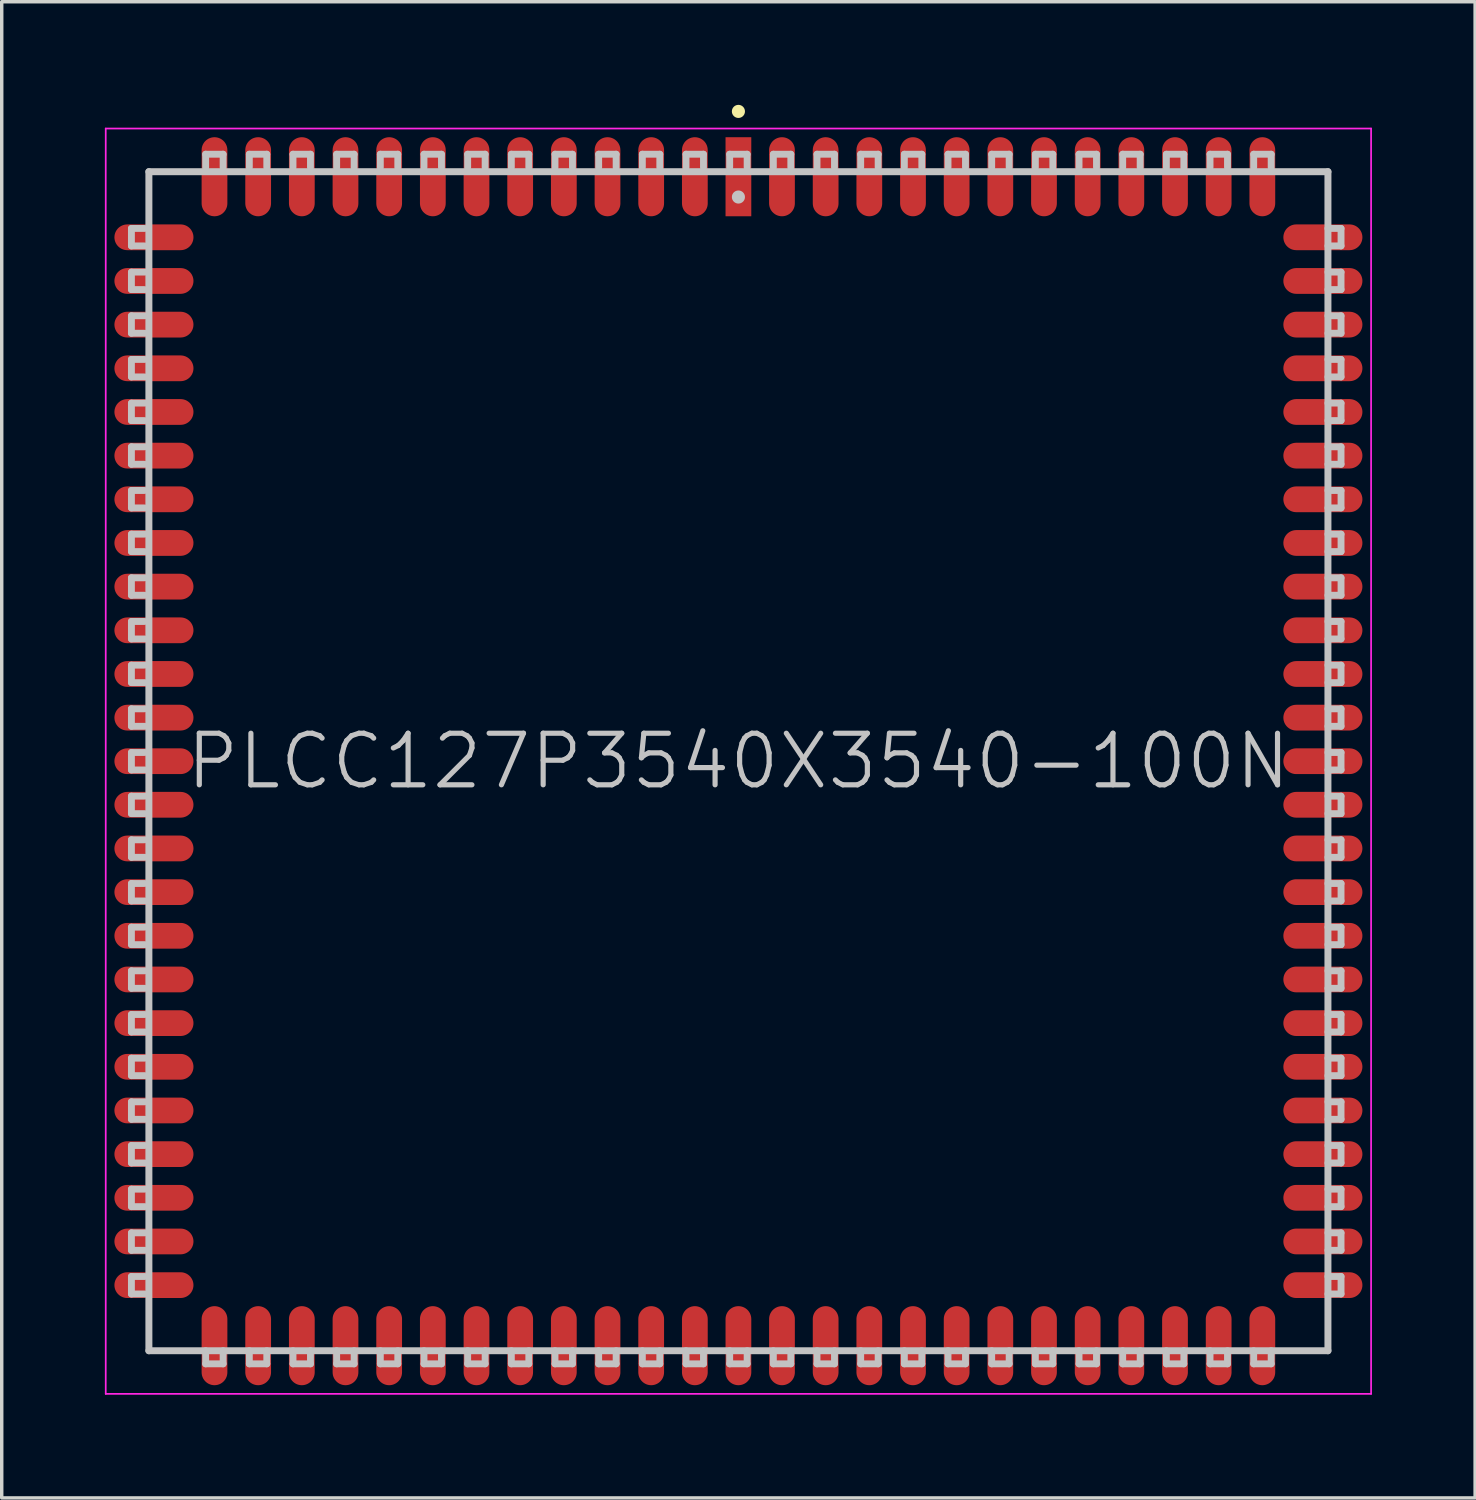
<source format=kicad_pcb>
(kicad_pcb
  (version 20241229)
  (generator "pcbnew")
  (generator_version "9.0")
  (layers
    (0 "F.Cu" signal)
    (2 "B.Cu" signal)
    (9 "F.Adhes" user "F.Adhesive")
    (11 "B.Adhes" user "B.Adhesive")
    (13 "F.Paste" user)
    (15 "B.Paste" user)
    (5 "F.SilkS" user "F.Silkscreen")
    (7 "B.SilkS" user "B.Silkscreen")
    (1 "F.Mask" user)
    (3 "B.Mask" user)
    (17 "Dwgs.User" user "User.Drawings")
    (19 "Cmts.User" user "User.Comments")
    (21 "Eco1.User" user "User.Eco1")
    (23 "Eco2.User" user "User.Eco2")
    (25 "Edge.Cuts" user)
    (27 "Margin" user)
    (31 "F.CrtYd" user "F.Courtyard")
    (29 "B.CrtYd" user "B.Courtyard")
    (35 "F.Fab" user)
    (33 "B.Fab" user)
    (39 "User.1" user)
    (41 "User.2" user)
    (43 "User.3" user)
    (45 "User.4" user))
  (footprint "PLCC127P3540X3540-100N"
    (layer "F.Cu")
    (at 18.425 19.088)
    (property "Reference" "PLCC127P3540X3540-100N" (at 0 0 0) (layer "Dwgs.User") (effects (font (size 1.5 1.5) (thickness 0.15))))
    (attr smd)
    (fp_line (start 0 -18.898) (end 0 -18.898) (stroke (width 0.381) (type solid)) (layer "F.SilkS"))
    (fp_line (start -17.653 -14.986) (end -17.653 -15.494) (stroke (width 0.2) (type solid)) (layer "Dwgs.User"))
    (fp_line (start -17.653 -13.716) (end -17.653 -14.224) (stroke (width 0.2) (type solid)) (layer "Dwgs.User"))
    (fp_line (start -17.653 -12.446) (end -17.653 -12.954) (stroke (width 0.2) (type solid)) (layer "Dwgs.User"))
    (fp_line (start -17.653 -11.176) (end -17.653 -11.684) (stroke (width 0.2) (type solid)) (layer "Dwgs.User"))
    (fp_line (start -17.653 -9.906) (end -17.653 -10.414) (stroke (width 0.2) (type solid)) (layer "Dwgs.User"))
    (fp_line (start -17.653 -8.636) (end -17.653 -9.144) (stroke (width 0.2) (type solid)) (layer "Dwgs.User"))
    (fp_line (start -17.653 -7.366) (end -17.653 -7.874) (stroke (width 0.2) (type solid)) (layer "Dwgs.User"))
    (fp_line (start -17.653 -6.096) (end -17.653 -6.604) (stroke (width 0.2) (type solid)) (layer "Dwgs.User"))
    (fp_line (start -17.653 -4.826) (end -17.653 -5.334) (stroke (width 0.2) (type solid)) (layer "Dwgs.User"))
    (fp_line (start -17.653 -3.556) (end -17.653 -4.064) (stroke (width 0.2) (type solid)) (layer "Dwgs.User"))
    (fp_line (start -17.653 -2.286) (end -17.653 -2.794) (stroke (width 0.2) (type solid)) (layer "Dwgs.User"))
    (fp_line (start -17.653 -1.016) (end -17.653 -1.524) (stroke (width 0.2) (type solid)) (layer "Dwgs.User"))
    (fp_line (start -17.653 0.254) (end -17.653 -0.254) (stroke (width 0.2) (type solid)) (layer "Dwgs.User"))
    (fp_line (start -17.653 1.524) (end -17.653 1.016) (stroke (width 0.2) (type solid)) (layer "Dwgs.User"))
    (fp_line (start -17.653 2.794) (end -17.653 2.286) (stroke (width 0.2) (type solid)) (layer "Dwgs.User"))
    (fp_line (start -17.653 4.064) (end -17.653 3.556) (stroke (width 0.2) (type solid)) (layer "Dwgs.User"))
    (fp_line (start -17.653 5.334) (end -17.653 4.826) (stroke (width 0.2) (type solid)) (layer "Dwgs.User"))
    (fp_line (start -17.653 6.604) (end -17.653 6.096) (stroke (width 0.2) (type solid)) (layer "Dwgs.User"))
    (fp_line (start -17.653 7.874) (end -17.653 7.366) (stroke (width 0.2) (type solid)) (layer "Dwgs.User"))
    (fp_line (start -17.653 9.144) (end -17.653 8.636) (stroke (width 0.2) (type solid)) (layer "Dwgs.User"))
    (fp_line (start -17.653 10.414) (end -17.653 9.906) (stroke (width 0.2) (type solid)) (layer "Dwgs.User"))
    (fp_line (start -17.653 11.684) (end -17.653 11.176) (stroke (width 0.2) (type solid)) (layer "Dwgs.User"))
    (fp_line (start -17.653 12.954) (end -17.653 12.446) (stroke (width 0.2) (type solid)) (layer "Dwgs.User"))
    (fp_line (start -17.653 14.224) (end -17.653 13.716) (stroke (width 0.2) (type solid)) (layer "Dwgs.User"))
    (fp_line (start -17.653 15.494) (end -17.653 14.986) (stroke (width 0.2) (type solid)) (layer "Dwgs.User"))
    (fp_line (start -17.272 -15.494) (end -17.653 -15.494) (stroke (width 0.2) (type solid)) (layer "Dwgs.User"))
    (fp_line (start -17.272 -14.986) (end -17.653 -14.986) (stroke (width 0.2) (type solid)) (layer "Dwgs.User"))
    (fp_line (start -17.272 -14.224) (end -17.653 -14.224) (stroke (width 0.2) (type solid)) (layer "Dwgs.User"))
    (fp_line (start -17.272 -13.716) (end -17.653 -13.716) (stroke (width 0.2) (type solid)) (layer "Dwgs.User"))
    (fp_line (start -17.272 -12.954) (end -17.653 -12.954) (stroke (width 0.2) (type solid)) (layer "Dwgs.User"))
    (fp_line (start -17.272 -12.446) (end -17.653 -12.446) (stroke (width 0.2) (type solid)) (layer "Dwgs.User"))
    (fp_line (start -17.272 -11.684) (end -17.653 -11.684) (stroke (width 0.2) (type solid)) (layer "Dwgs.User"))
    (fp_line (start -17.272 -11.176) (end -17.653 -11.176) (stroke (width 0.2) (type solid)) (layer "Dwgs.User"))
    (fp_line (start -17.272 -10.414) (end -17.653 -10.414) (stroke (width 0.2) (type solid)) (layer "Dwgs.User"))
    (fp_line (start -17.272 -9.906) (end -17.653 -9.906) (stroke (width 0.2) (type solid)) (layer "Dwgs.User"))
    (fp_line (start -17.272 -9.144) (end -17.653 -9.144) (stroke (width 0.2) (type solid)) (layer "Dwgs.User"))
    (fp_line (start -17.272 -8.636) (end -17.653 -8.636) (stroke (width 0.2) (type solid)) (layer "Dwgs.User"))
    (fp_line (start -17.272 -7.874) (end -17.653 -7.874) (stroke (width 0.2) (type solid)) (layer "Dwgs.User"))
    (fp_line (start -17.272 -7.366) (end -17.653 -7.366) (stroke (width 0.2) (type solid)) (layer "Dwgs.User"))
    (fp_line (start -17.272 -6.604) (end -17.653 -6.604) (stroke (width 0.2) (type solid)) (layer "Dwgs.User"))
    (fp_line (start -17.272 -6.096) (end -17.653 -6.096) (stroke (width 0.2) (type solid)) (layer "Dwgs.User"))
    (fp_line (start -17.272 -5.334) (end -17.653 -5.334) (stroke (width 0.2) (type solid)) (layer "Dwgs.User"))
    (fp_line (start -17.272 -4.826) (end -17.653 -4.826) (stroke (width 0.2) (type solid)) (layer "Dwgs.User"))
    (fp_line (start -17.272 -4.064) (end -17.653 -4.064) (stroke (width 0.2) (type solid)) (layer "Dwgs.User"))
    (fp_line (start -17.272 -3.556) (end -17.653 -3.556) (stroke (width 0.2) (type solid)) (layer "Dwgs.User"))
    (fp_line (start -17.272 -2.794) (end -17.653 -2.794) (stroke (width 0.2) (type solid)) (layer "Dwgs.User"))
    (fp_line (start -17.272 -2.286) (end -17.653 -2.286) (stroke (width 0.2) (type solid)) (layer "Dwgs.User"))
    (fp_line (start -17.272 -1.524) (end -17.653 -1.524) (stroke (width 0.2) (type solid)) (layer "Dwgs.User"))
    (fp_line (start -17.272 -1.016) (end -17.653 -1.016) (stroke (width 0.2) (type solid)) (layer "Dwgs.User"))
    (fp_line (start -17.272 -0.254) (end -17.653 -0.254) (stroke (width 0.2) (type solid)) (layer "Dwgs.User"))
    (fp_line (start -17.272 0.254) (end -17.653 0.254) (stroke (width 0.2) (type solid)) (layer "Dwgs.User"))
    (fp_line (start -17.272 1.016) (end -17.653 1.016) (stroke (width 0.2) (type solid)) (layer "Dwgs.User"))
    (fp_line (start -17.272 1.524) (end -17.653 1.524) (stroke (width 0.2) (type solid)) (layer "Dwgs.User"))
    (fp_line (start -17.272 2.286) (end -17.653 2.286) (stroke (width 0.2) (type solid)) (layer "Dwgs.User"))
    (fp_line (start -17.272 2.794) (end -17.653 2.794) (stroke (width 0.2) (type solid)) (layer "Dwgs.User"))
    (fp_line (start -17.272 3.556) (end -17.653 3.556) (stroke (width 0.2) (type solid)) (layer "Dwgs.User"))
    (fp_line (start -17.272 4.064) (end -17.653 4.064) (stroke (width 0.2) (type solid)) (layer "Dwgs.User"))
    (fp_line (start -17.272 4.826) (end -17.653 4.826) (stroke (width 0.2) (type solid)) (layer "Dwgs.User"))
    (fp_line (start -17.272 5.334) (end -17.653 5.334) (stroke (width 0.2) (type solid)) (layer "Dwgs.User"))
    (fp_line (start -17.272 6.096) (end -17.653 6.096) (stroke (width 0.2) (type solid)) (layer "Dwgs.User"))
    (fp_line (start -17.272 6.604) (end -17.653 6.604) (stroke (width 0.2) (type solid)) (layer "Dwgs.User"))
    (fp_line (start -17.272 7.366) (end -17.653 7.366) (stroke (width 0.2) (type solid)) (layer "Dwgs.User"))
    (fp_line (start -17.272 7.874) (end -17.653 7.874) (stroke (width 0.2) (type solid)) (layer "Dwgs.User"))
    (fp_line (start -17.272 8.636) (end -17.653 8.636) (stroke (width 0.2) (type solid)) (layer "Dwgs.User"))
    (fp_line (start -17.272 9.144) (end -17.653 9.144) (stroke (width 0.2) (type solid)) (layer "Dwgs.User"))
    (fp_line (start -17.272 9.906) (end -17.653 9.906) (stroke (width 0.2) (type solid)) (layer "Dwgs.User"))
    (fp_line (start -17.272 10.414) (end -17.653 10.414) (stroke (width 0.2) (type solid)) (layer "Dwgs.User"))
    (fp_line (start -17.272 11.176) (end -17.653 11.176) (stroke (width 0.2) (type solid)) (layer "Dwgs.User"))
    (fp_line (start -17.272 11.684) (end -17.653 11.684) (stroke (width 0.2) (type solid)) (layer "Dwgs.User"))
    (fp_line (start -17.272 12.446) (end -17.653 12.446) (stroke (width 0.2) (type solid)) (layer "Dwgs.User"))
    (fp_line (start -17.272 12.954) (end -17.653 12.954) (stroke (width 0.2) (type solid)) (layer "Dwgs.User"))
    (fp_line (start -17.272 13.716) (end -17.653 13.716) (stroke (width 0.2) (type solid)) (layer "Dwgs.User"))
    (fp_line (start -17.272 14.224) (end -17.653 14.224) (stroke (width 0.2) (type solid)) (layer "Dwgs.User"))
    (fp_line (start -17.272 14.986) (end -17.653 14.986) (stroke (width 0.2) (type solid)) (layer "Dwgs.User"))
    (fp_line (start -17.272 15.494) (end -17.653 15.494) (stroke (width 0.2) (type solid)) (layer "Dwgs.User"))
    (fp_line (start -17.145 -17.145) (end -17.145 17.145) (stroke (width 0.203) (type solid)) (layer "Dwgs.User"))
    (fp_line (start -17.145 -17.145) (end 17.145 -17.145) (stroke (width 0.203) (type solid)) (layer "Dwgs.User"))
    (fp_line (start -17.145 17.145) (end 17.145 17.145) (stroke (width 0.203) (type solid)) (layer "Dwgs.User"))
    (fp_line (start -15.494 -17.653) (end -14.986 -17.653) (stroke (width 0.2) (type solid)) (layer "Dwgs.User"))
    (fp_line (start -15.494 -17.272) (end -15.494 -17.653) (stroke (width 0.2) (type solid)) (layer "Dwgs.User"))
    (fp_line (start -15.494 17.145) (end -15.494 17.526) (stroke (width 0.2) (type solid)) (layer "Dwgs.User"))
    (fp_line (start -14.986 -17.272) (end -14.986 -17.653) (stroke (width 0.2) (type solid)) (layer "Dwgs.User"))
    (fp_line (start -14.986 17.145) (end -14.986 17.526) (stroke (width 0.2) (type solid)) (layer "Dwgs.User"))
    (fp_line (start -14.986 17.526) (end -15.494 17.526) (stroke (width 0.2) (type solid)) (layer "Dwgs.User"))
    (fp_line (start -14.224 -17.653) (end -13.716 -17.653) (stroke (width 0.2) (type solid)) (layer "Dwgs.User"))
    (fp_line (start -14.224 -17.272) (end -14.224 -17.653) (stroke (width 0.2) (type solid)) (layer "Dwgs.User"))
    (fp_line (start -14.224 17.145) (end -14.224 17.526) (stroke (width 0.2) (type solid)) (layer "Dwgs.User"))
    (fp_line (start -13.716 -17.272) (end -13.716 -17.653) (stroke (width 0.2) (type solid)) (layer "Dwgs.User"))
    (fp_line (start -13.716 17.145) (end -13.716 17.526) (stroke (width 0.2) (type solid)) (layer "Dwgs.User"))
    (fp_line (start -13.716 17.526) (end -14.224 17.526) (stroke (width 0.2) (type solid)) (layer "Dwgs.User"))
    (fp_line (start -12.954 -17.653) (end -12.446 -17.653) (stroke (width 0.2) (type solid)) (layer "Dwgs.User"))
    (fp_line (start -12.954 -17.272) (end -12.954 -17.653) (stroke (width 0.2) (type solid)) (layer "Dwgs.User"))
    (fp_line (start -12.954 17.145) (end -12.954 17.526) (stroke (width 0.2) (type solid)) (layer "Dwgs.User"))
    (fp_line (start -12.446 -17.272) (end -12.446 -17.653) (stroke (width 0.2) (type solid)) (layer "Dwgs.User"))
    (fp_line (start -12.446 17.145) (end -12.446 17.526) (stroke (width 0.2) (type solid)) (layer "Dwgs.User"))
    (fp_line (start -12.446 17.526) (end -12.954 17.526) (stroke (width 0.2) (type solid)) (layer "Dwgs.User"))
    (fp_line (start -11.684 -17.653) (end -11.176 -17.653) (stroke (width 0.2) (type solid)) (layer "Dwgs.User"))
    (fp_line (start -11.684 -17.272) (end -11.684 -17.653) (stroke (width 0.2) (type solid)) (layer "Dwgs.User"))
    (fp_line (start -11.684 17.145) (end -11.684 17.526) (stroke (width 0.2) (type solid)) (layer "Dwgs.User"))
    (fp_line (start -11.176 -17.272) (end -11.176 -17.653) (stroke (width 0.2) (type solid)) (layer "Dwgs.User"))
    (fp_line (start -11.176 17.145) (end -11.176 17.526) (stroke (width 0.2) (type solid)) (layer "Dwgs.User"))
    (fp_line (start -11.176 17.526) (end -11.684 17.526) (stroke (width 0.2) (type solid)) (layer "Dwgs.User"))
    (fp_line (start -10.414 -17.653) (end -9.906 -17.653) (stroke (width 0.2) (type solid)) (layer "Dwgs.User"))
    (fp_line (start -10.414 -17.272) (end -10.414 -17.653) (stroke (width 0.2) (type solid)) (layer "Dwgs.User"))
    (fp_line (start -10.414 17.145) (end -10.414 17.526) (stroke (width 0.2) (type solid)) (layer "Dwgs.User"))
    (fp_line (start -9.906 -17.272) (end -9.906 -17.653) (stroke (width 0.2) (type solid)) (layer "Dwgs.User"))
    (fp_line (start -9.906 17.145) (end -9.906 17.526) (stroke (width 0.2) (type solid)) (layer "Dwgs.User"))
    (fp_line (start -9.906 17.526) (end -10.414 17.526) (stroke (width 0.2) (type solid)) (layer "Dwgs.User"))
    (fp_line (start -9.144 -17.653) (end -8.636 -17.653) (stroke (width 0.2) (type solid)) (layer "Dwgs.User"))
    (fp_line (start -9.144 -17.272) (end -9.144 -17.653) (stroke (width 0.2) (type solid)) (layer "Dwgs.User"))
    (fp_line (start -9.144 17.145) (end -9.144 17.526) (stroke (width 0.2) (type solid)) (layer "Dwgs.User"))
    (fp_line (start -8.636 -17.272) (end -8.636 -17.653) (stroke (width 0.2) (type solid)) (layer "Dwgs.User"))
    (fp_line (start -8.636 17.145) (end -8.636 17.526) (stroke (width 0.2) (type solid)) (layer "Dwgs.User"))
    (fp_line (start -8.636 17.526) (end -9.144 17.526) (stroke (width 0.2) (type solid)) (layer "Dwgs.User"))
    (fp_line (start -7.874 -17.653) (end -7.366 -17.653) (stroke (width 0.2) (type solid)) (layer "Dwgs.User"))
    (fp_line (start -7.874 -17.272) (end -7.874 -17.653) (stroke (width 0.2) (type solid)) (layer "Dwgs.User"))
    (fp_line (start -7.874 17.145) (end -7.874 17.526) (stroke (width 0.2) (type solid)) (layer "Dwgs.User"))
    (fp_line (start -7.366 -17.272) (end -7.366 -17.653) (stroke (width 0.2) (type solid)) (layer "Dwgs.User"))
    (fp_line (start -7.366 17.145) (end -7.366 17.526) (stroke (width 0.2) (type solid)) (layer "Dwgs.User"))
    (fp_line (start -7.366 17.526) (end -7.874 17.526) (stroke (width 0.2) (type solid)) (layer "Dwgs.User"))
    (fp_line (start -6.604 -17.653) (end -6.096 -17.653) (stroke (width 0.2) (type solid)) (layer "Dwgs.User"))
    (fp_line (start -6.604 -17.272) (end -6.604 -17.653) (stroke (width 0.2) (type solid)) (layer "Dwgs.User"))
    (fp_line (start -6.604 17.145) (end -6.604 17.526) (stroke (width 0.2) (type solid)) (layer "Dwgs.User"))
    (fp_line (start -6.096 -17.272) (end -6.096 -17.653) (stroke (width 0.2) (type solid)) (layer "Dwgs.User"))
    (fp_line (start -6.096 17.145) (end -6.096 17.526) (stroke (width 0.2) (type solid)) (layer "Dwgs.User"))
    (fp_line (start -6.096 17.526) (end -6.604 17.526) (stroke (width 0.2) (type solid)) (layer "Dwgs.User"))
    (fp_line (start -5.334 -17.653) (end -4.826 -17.653) (stroke (width 0.2) (type solid)) (layer "Dwgs.User"))
    (fp_line (start -5.334 -17.272) (end -5.334 -17.653) (stroke (width 0.2) (type solid)) (layer "Dwgs.User"))
    (fp_line (start -5.334 17.145) (end -5.334 17.526) (stroke (width 0.2) (type solid)) (layer "Dwgs.User"))
    (fp_line (start -4.826 -17.272) (end -4.826 -17.653) (stroke (width 0.2) (type solid)) (layer "Dwgs.User"))
    (fp_line (start -4.826 17.145) (end -4.826 17.526) (stroke (width 0.2) (type solid)) (layer "Dwgs.User"))
    (fp_line (start -4.826 17.526) (end -5.334 17.526) (stroke (width 0.2) (type solid)) (layer "Dwgs.User"))
    (fp_line (start -4.064 -17.653) (end -3.556 -17.653) (stroke (width 0.2) (type solid)) (layer "Dwgs.User"))
    (fp_line (start -4.064 -17.272) (end -4.064 -17.653) (stroke (width 0.2) (type solid)) (layer "Dwgs.User"))
    (fp_line (start -4.064 17.145) (end -4.064 17.526) (stroke (width 0.2) (type solid)) (layer "Dwgs.User"))
    (fp_line (start -3.556 -17.272) (end -3.556 -17.653) (stroke (width 0.2) (type solid)) (layer "Dwgs.User"))
    (fp_line (start -3.556 17.145) (end -3.556 17.526) (stroke (width 0.2) (type solid)) (layer "Dwgs.User"))
    (fp_line (start -3.556 17.526) (end -4.064 17.526) (stroke (width 0.2) (type solid)) (layer "Dwgs.User"))
    (fp_line (start -2.794 -17.653) (end -2.286 -17.653) (stroke (width 0.2) (type solid)) (layer "Dwgs.User"))
    (fp_line (start -2.794 -17.272) (end -2.794 -17.653) (stroke (width 0.2) (type solid)) (layer "Dwgs.User"))
    (fp_line (start -2.794 17.145) (end -2.794 17.526) (stroke (width 0.2) (type solid)) (layer "Dwgs.User"))
    (fp_line (start -2.286 -17.272) (end -2.286 -17.653) (stroke (width 0.2) (type solid)) (layer "Dwgs.User"))
    (fp_line (start -2.286 17.145) (end -2.286 17.526) (stroke (width 0.2) (type solid)) (layer "Dwgs.User"))
    (fp_line (start -2.286 17.526) (end -2.794 17.526) (stroke (width 0.2) (type solid)) (layer "Dwgs.User"))
    (fp_line (start -1.524 -17.653) (end -1.016 -17.653) (stroke (width 0.2) (type solid)) (layer "Dwgs.User"))
    (fp_line (start -1.524 -17.272) (end -1.524 -17.653) (stroke (width 0.2) (type solid)) (layer "Dwgs.User"))
    (fp_line (start -1.524 17.145) (end -1.524 17.526) (stroke (width 0.2) (type solid)) (layer "Dwgs.User"))
    (fp_line (start -1.016 -17.272) (end -1.016 -17.653) (stroke (width 0.2) (type solid)) (layer "Dwgs.User"))
    (fp_line (start -1.016 17.145) (end -1.016 17.526) (stroke (width 0.2) (type solid)) (layer "Dwgs.User"))
    (fp_line (start -1.016 17.526) (end -1.524 17.526) (stroke (width 0.2) (type solid)) (layer "Dwgs.User"))
    (fp_line (start -0.254 -17.653) (end 0.254 -17.653) (stroke (width 0.2) (type solid)) (layer "Dwgs.User"))
    (fp_line (start -0.254 -17.272) (end -0.254 -17.653) (stroke (width 0.2) (type solid)) (layer "Dwgs.User"))
    (fp_line (start -0.254 17.145) (end -0.254 17.526) (stroke (width 0.2) (type solid)) (layer "Dwgs.User"))
    (fp_line (start 0 -16.408) (end 0 -16.408) (stroke (width 0.381) (type solid)) (layer "Dwgs.User"))
    (fp_line (start 0.254 -17.272) (end 0.254 -17.653) (stroke (width 0.2) (type solid)) (layer "Dwgs.User"))
    (fp_line (start 0.254 17.145) (end 0.254 17.526) (stroke (width 0.2) (type solid)) (layer "Dwgs.User"))
    (fp_line (start 0.254 17.526) (end -0.254 17.526) (stroke (width 0.2) (type solid)) (layer "Dwgs.User"))
    (fp_line (start 1.016 -17.653) (end 1.524 -17.653) (stroke (width 0.2) (type solid)) (layer "Dwgs.User"))
    (fp_line (start 1.016 -17.272) (end 1.016 -17.653) (stroke (width 0.2) (type solid)) (layer "Dwgs.User"))
    (fp_line (start 1.016 17.145) (end 1.016 17.526) (stroke (width 0.2) (type solid)) (layer "Dwgs.User"))
    (fp_line (start 1.524 -17.272) (end 1.524 -17.653) (stroke (width 0.2) (type solid)) (layer "Dwgs.User"))
    (fp_line (start 1.524 17.145) (end 1.524 17.526) (stroke (width 0.2) (type solid)) (layer "Dwgs.User"))
    (fp_line (start 1.524 17.526) (end 1.016 17.526) (stroke (width 0.2) (type solid)) (layer "Dwgs.User"))
    (fp_line (start 2.286 -17.653) (end 2.794 -17.653) (stroke (width 0.2) (type solid)) (layer "Dwgs.User"))
    (fp_line (start 2.286 -17.272) (end 2.286 -17.653) (stroke (width 0.2) (type solid)) (layer "Dwgs.User"))
    (fp_line (start 2.286 17.145) (end 2.286 17.526) (stroke (width 0.2) (type solid)) (layer "Dwgs.User"))
    (fp_line (start 2.794 -17.272) (end 2.794 -17.653) (stroke (width 0.2) (type solid)) (layer "Dwgs.User"))
    (fp_line (start 2.794 17.145) (end 2.794 17.526) (stroke (width 0.2) (type solid)) (layer "Dwgs.User"))
    (fp_line (start 2.794 17.526) (end 2.286 17.526) (stroke (width 0.2) (type solid)) (layer "Dwgs.User"))
    (fp_line (start 3.556 -17.653) (end 4.064 -17.653) (stroke (width 0.2) (type solid)) (layer "Dwgs.User"))
    (fp_line (start 3.556 -17.272) (end 3.556 -17.653) (stroke (width 0.2) (type solid)) (layer "Dwgs.User"))
    (fp_line (start 3.556 17.145) (end 3.556 17.526) (stroke (width 0.2) (type solid)) (layer "Dwgs.User"))
    (fp_line (start 4.064 -17.272) (end 4.064 -17.653) (stroke (width 0.2) (type solid)) (layer "Dwgs.User"))
    (fp_line (start 4.064 17.145) (end 4.064 17.526) (stroke (width 0.2) (type solid)) (layer "Dwgs.User"))
    (fp_line (start 4.064 17.526) (end 3.556 17.526) (stroke (width 0.2) (type solid)) (layer "Dwgs.User"))
    (fp_line (start 4.826 -17.653) (end 5.334 -17.653) (stroke (width 0.2) (type solid)) (layer "Dwgs.User"))
    (fp_line (start 4.826 -17.272) (end 4.826 -17.653) (stroke (width 0.2) (type solid)) (layer "Dwgs.User"))
    (fp_line (start 4.826 17.145) (end 4.826 17.526) (stroke (width 0.2) (type solid)) (layer "Dwgs.User"))
    (fp_line (start 5.334 -17.272) (end 5.334 -17.653) (stroke (width 0.2) (type solid)) (layer "Dwgs.User"))
    (fp_line (start 5.334 17.145) (end 5.334 17.526) (stroke (width 0.2) (type solid)) (layer "Dwgs.User"))
    (fp_line (start 5.334 17.526) (end 4.826 17.526) (stroke (width 0.2) (type solid)) (layer "Dwgs.User"))
    (fp_line (start 6.096 -17.653) (end 6.604 -17.653) (stroke (width 0.2) (type solid)) (layer "Dwgs.User"))
    (fp_line (start 6.096 -17.272) (end 6.096 -17.653) (stroke (width 0.2) (type solid)) (layer "Dwgs.User"))
    (fp_line (start 6.096 17.145) (end 6.096 17.526) (stroke (width 0.2) (type solid)) (layer "Dwgs.User"))
    (fp_line (start 6.604 -17.272) (end 6.604 -17.653) (stroke (width 0.2) (type solid)) (layer "Dwgs.User"))
    (fp_line (start 6.604 17.145) (end 6.604 17.526) (stroke (width 0.2) (type solid)) (layer "Dwgs.User"))
    (fp_line (start 6.604 17.526) (end 6.096 17.526) (stroke (width 0.2) (type solid)) (layer "Dwgs.User"))
    (fp_line (start 7.366 -17.653) (end 7.874 -17.653) (stroke (width 0.2) (type solid)) (layer "Dwgs.User"))
    (fp_line (start 7.366 -17.272) (end 7.366 -17.653) (stroke (width 0.2) (type solid)) (layer "Dwgs.User"))
    (fp_line (start 7.366 17.145) (end 7.366 17.526) (stroke (width 0.2) (type solid)) (layer "Dwgs.User"))
    (fp_line (start 7.874 -17.272) (end 7.874 -17.653) (stroke (width 0.2) (type solid)) (layer "Dwgs.User"))
    (fp_line (start 7.874 17.145) (end 7.874 17.526) (stroke (width 0.2) (type solid)) (layer "Dwgs.User"))
    (fp_line (start 7.874 17.526) (end 7.366 17.526) (stroke (width 0.2) (type solid)) (layer "Dwgs.User"))
    (fp_line (start 8.636 -17.653) (end 9.144 -17.653) (stroke (width 0.2) (type solid)) (layer "Dwgs.User"))
    (fp_line (start 8.636 -17.272) (end 8.636 -17.653) (stroke (width 0.2) (type solid)) (layer "Dwgs.User"))
    (fp_line (start 8.636 17.145) (end 8.636 17.526) (stroke (width 0.2) (type solid)) (layer "Dwgs.User"))
    (fp_line (start 9.144 -17.272) (end 9.144 -17.653) (stroke (width 0.2) (type solid)) (layer "Dwgs.User"))
    (fp_line (start 9.144 17.145) (end 9.144 17.526) (stroke (width 0.2) (type solid)) (layer "Dwgs.User"))
    (fp_line (start 9.144 17.526) (end 8.636 17.526) (stroke (width 0.2) (type solid)) (layer "Dwgs.User"))
    (fp_line (start 9.906 -17.653) (end 10.414 -17.653) (stroke (width 0.2) (type solid)) (layer "Dwgs.User"))
    (fp_line (start 9.906 -17.272) (end 9.906 -17.653) (stroke (width 0.2) (type solid)) (layer "Dwgs.User"))
    (fp_line (start 9.906 17.145) (end 9.906 17.526) (stroke (width 0.2) (type solid)) (layer "Dwgs.User"))
    (fp_line (start 10.414 -17.272) (end 10.414 -17.653) (stroke (width 0.2) (type solid)) (layer "Dwgs.User"))
    (fp_line (start 10.414 17.145) (end 10.414 17.526) (stroke (width 0.2) (type solid)) (layer "Dwgs.User"))
    (fp_line (start 10.414 17.526) (end 9.906 17.526) (stroke (width 0.2) (type solid)) (layer "Dwgs.User"))
    (fp_line (start 11.176 -17.653) (end 11.684 -17.653) (stroke (width 0.2) (type solid)) (layer "Dwgs.User"))
    (fp_line (start 11.176 -17.272) (end 11.176 -17.653) (stroke (width 0.2) (type solid)) (layer "Dwgs.User"))
    (fp_line (start 11.176 17.145) (end 11.176 17.526) (stroke (width 0.2) (type solid)) (layer "Dwgs.User"))
    (fp_line (start 11.684 -17.272) (end 11.684 -17.653) (stroke (width 0.2) (type solid)) (layer "Dwgs.User"))
    (fp_line (start 11.684 17.145) (end 11.684 17.526) (stroke (width 0.2) (type solid)) (layer "Dwgs.User"))
    (fp_line (start 11.684 17.526) (end 11.176 17.526) (stroke (width 0.2) (type solid)) (layer "Dwgs.User"))
    (fp_line (start 12.446 -17.653) (end 12.954 -17.653) (stroke (width 0.2) (type solid)) (layer "Dwgs.User"))
    (fp_line (start 12.446 -17.272) (end 12.446 -17.653) (stroke (width 0.2) (type solid)) (layer "Dwgs.User"))
    (fp_line (start 12.446 17.145) (end 12.446 17.526) (stroke (width 0.2) (type solid)) (layer "Dwgs.User"))
    (fp_line (start 12.954 -17.272) (end 12.954 -17.653) (stroke (width 0.2) (type solid)) (layer "Dwgs.User"))
    (fp_line (start 12.954 17.145) (end 12.954 17.526) (stroke (width 0.2) (type solid)) (layer "Dwgs.User"))
    (fp_line (start 12.954 17.526) (end 12.446 17.526) (stroke (width 0.2) (type solid)) (layer "Dwgs.User"))
    (fp_line (start 13.716 -17.653) (end 14.224 -17.653) (stroke (width 0.2) (type solid)) (layer "Dwgs.User"))
    (fp_line (start 13.716 -17.272) (end 13.716 -17.653) (stroke (width 0.2) (type solid)) (layer "Dwgs.User"))
    (fp_line (start 13.716 17.145) (end 13.716 17.526) (stroke (width 0.2) (type solid)) (layer "Dwgs.User"))
    (fp_line (start 14.224 -17.272) (end 14.224 -17.653) (stroke (width 0.2) (type solid)) (layer "Dwgs.User"))
    (fp_line (start 14.224 17.145) (end 14.224 17.526) (stroke (width 0.2) (type solid)) (layer "Dwgs.User"))
    (fp_line (start 14.224 17.526) (end 13.716 17.526) (stroke (width 0.2) (type solid)) (layer "Dwgs.User"))
    (fp_line (start 14.986 -17.653) (end 15.494 -17.653) (stroke (width 0.2) (type solid)) (layer "Dwgs.User"))
    (fp_line (start 14.986 -17.272) (end 14.986 -17.653) (stroke (width 0.2) (type solid)) (layer "Dwgs.User"))
    (fp_line (start 14.986 17.145) (end 14.986 17.526) (stroke (width 0.2) (type solid)) (layer "Dwgs.User"))
    (fp_line (start 15.494 -17.272) (end 15.494 -17.653) (stroke (width 0.2) (type solid)) (layer "Dwgs.User"))
    (fp_line (start 15.494 17.145) (end 15.494 17.526) (stroke (width 0.2) (type solid)) (layer "Dwgs.User"))
    (fp_line (start 15.494 17.526) (end 14.986 17.526) (stroke (width 0.2) (type solid)) (layer "Dwgs.User"))
    (fp_line (start 17.145 -17.145) (end 17.145 17.145) (stroke (width 0.203) (type solid)) (layer "Dwgs.User"))
    (fp_line (start 17.145 -15.494) (end 17.526 -15.494) (stroke (width 0.2) (type solid)) (layer "Dwgs.User"))
    (fp_line (start 17.145 -14.986) (end 17.526 -14.986) (stroke (width 0.2) (type solid)) (layer "Dwgs.User"))
    (fp_line (start 17.145 -14.224) (end 17.526 -14.224) (stroke (width 0.2) (type solid)) (layer "Dwgs.User"))
    (fp_line (start 17.145 -13.716) (end 17.526 -13.716) (stroke (width 0.2) (type solid)) (layer "Dwgs.User"))
    (fp_line (start 17.145 -12.954) (end 17.526 -12.954) (stroke (width 0.2) (type solid)) (layer "Dwgs.User"))
    (fp_line (start 17.145 -12.446) (end 17.526 -12.446) (stroke (width 0.2) (type solid)) (layer "Dwgs.User"))
    (fp_line (start 17.145 -11.684) (end 17.526 -11.684) (stroke (width 0.2) (type solid)) (layer "Dwgs.User"))
    (fp_line (start 17.145 -11.176) (end 17.526 -11.176) (stroke (width 0.2) (type solid)) (layer "Dwgs.User"))
    (fp_line (start 17.145 -10.414) (end 17.526 -10.414) (stroke (width 0.2) (type solid)) (layer "Dwgs.User"))
    (fp_line (start 17.145 -9.906) (end 17.526 -9.906) (stroke (width 0.2) (type solid)) (layer "Dwgs.User"))
    (fp_line (start 17.145 -9.144) (end 17.526 -9.144) (stroke (width 0.2) (type solid)) (layer "Dwgs.User"))
    (fp_line (start 17.145 -8.636) (end 17.526 -8.636) (stroke (width 0.2) (type solid)) (layer "Dwgs.User"))
    (fp_line (start 17.145 -7.874) (end 17.526 -7.874) (stroke (width 0.2) (type solid)) (layer "Dwgs.User"))
    (fp_line (start 17.145 -7.366) (end 17.526 -7.366) (stroke (width 0.2) (type solid)) (layer "Dwgs.User"))
    (fp_line (start 17.145 -6.604) (end 17.526 -6.604) (stroke (width 0.2) (type solid)) (layer "Dwgs.User"))
    (fp_line (start 17.145 -6.096) (end 17.526 -6.096) (stroke (width 0.2) (type solid)) (layer "Dwgs.User"))
    (fp_line (start 17.145 -5.334) (end 17.526 -5.334) (stroke (width 0.2) (type solid)) (layer "Dwgs.User"))
    (fp_line (start 17.145 -4.826) (end 17.526 -4.826) (stroke (width 0.2) (type solid)) (layer "Dwgs.User"))
    (fp_line (start 17.145 -4.064) (end 17.526 -4.064) (stroke (width 0.2) (type solid)) (layer "Dwgs.User"))
    (fp_line (start 17.145 -3.556) (end 17.526 -3.556) (stroke (width 0.2) (type solid)) (layer "Dwgs.User"))
    (fp_line (start 17.145 -2.794) (end 17.526 -2.794) (stroke (width 0.2) (type solid)) (layer "Dwgs.User"))
    (fp_line (start 17.145 -2.286) (end 17.526 -2.286) (stroke (width 0.2) (type solid)) (layer "Dwgs.User"))
    (fp_line (start 17.145 -1.524) (end 17.526 -1.524) (stroke (width 0.2) (type solid)) (layer "Dwgs.User"))
    (fp_line (start 17.145 -1.016) (end 17.526 -1.016) (stroke (width 0.2) (type solid)) (layer "Dwgs.User"))
    (fp_line (start 17.145 -0.254) (end 17.526 -0.254) (stroke (width 0.2) (type solid)) (layer "Dwgs.User"))
    (fp_line (start 17.145 0.254) (end 17.526 0.254) (stroke (width 0.2) (type solid)) (layer "Dwgs.User"))
    (fp_line (start 17.145 1.016) (end 17.526 1.016) (stroke (width 0.2) (type solid)) (layer "Dwgs.User"))
    (fp_line (start 17.145 1.524) (end 17.526 1.524) (stroke (width 0.2) (type solid)) (layer "Dwgs.User"))
    (fp_line (start 17.145 2.286) (end 17.526 2.286) (stroke (width 0.2) (type solid)) (layer "Dwgs.User"))
    (fp_line (start 17.145 2.794) (end 17.526 2.794) (stroke (width 0.2) (type solid)) (layer "Dwgs.User"))
    (fp_line (start 17.145 3.556) (end 17.526 3.556) (stroke (width 0.2) (type solid)) (layer "Dwgs.User"))
    (fp_line (start 17.145 4.064) (end 17.526 4.064) (stroke (width 0.2) (type solid)) (layer "Dwgs.User"))
    (fp_line (start 17.145 4.826) (end 17.526 4.826) (stroke (width 0.2) (type solid)) (layer "Dwgs.User"))
    (fp_line (start 17.145 5.334) (end 17.526 5.334) (stroke (width 0.2) (type solid)) (layer "Dwgs.User"))
    (fp_line (start 17.145 6.096) (end 17.526 6.096) (stroke (width 0.2) (type solid)) (layer "Dwgs.User"))
    (fp_line (start 17.145 6.604) (end 17.526 6.604) (stroke (width 0.2) (type solid)) (layer "Dwgs.User"))
    (fp_line (start 17.145 7.366) (end 17.526 7.366) (stroke (width 0.2) (type solid)) (layer "Dwgs.User"))
    (fp_line (start 17.145 7.874) (end 17.526 7.874) (stroke (width 0.2) (type solid)) (layer "Dwgs.User"))
    (fp_line (start 17.145 8.636) (end 17.526 8.636) (stroke (width 0.2) (type solid)) (layer "Dwgs.User"))
    (fp_line (start 17.145 9.144) (end 17.526 9.144) (stroke (width 0.2) (type solid)) (layer "Dwgs.User"))
    (fp_line (start 17.145 9.906) (end 17.526 9.906) (stroke (width 0.2) (type solid)) (layer "Dwgs.User"))
    (fp_line (start 17.145 10.414) (end 17.526 10.414) (stroke (width 0.2) (type solid)) (layer "Dwgs.User"))
    (fp_line (start 17.145 11.176) (end 17.526 11.176) (stroke (width 0.2) (type solid)) (layer "Dwgs.User"))
    (fp_line (start 17.145 11.684) (end 17.526 11.684) (stroke (width 0.2) (type solid)) (layer "Dwgs.User"))
    (fp_line (start 17.145 12.446) (end 17.526 12.446) (stroke (width 0.2) (type solid)) (layer "Dwgs.User"))
    (fp_line (start 17.145 12.954) (end 17.526 12.954) (stroke (width 0.2) (type solid)) (layer "Dwgs.User"))
    (fp_line (start 17.145 13.716) (end 17.526 13.716) (stroke (width 0.2) (type solid)) (layer "Dwgs.User"))
    (fp_line (start 17.145 14.224) (end 17.526 14.224) (stroke (width 0.2) (type solid)) (layer "Dwgs.User"))
    (fp_line (start 17.145 14.986) (end 17.526 14.986) (stroke (width 0.2) (type solid)) (layer "Dwgs.User"))
    (fp_line (start 17.145 15.494) (end 17.526 15.494) (stroke (width 0.2) (type solid)) (layer "Dwgs.User"))
    (fp_line (start 17.526 -15.494) (end 17.526 -14.986) (stroke (width 0.2) (type solid)) (layer "Dwgs.User"))
    (fp_line (start 17.526 -14.224) (end 17.526 -13.716) (stroke (width 0.2) (type solid)) (layer "Dwgs.User"))
    (fp_line (start 17.526 -12.954) (end 17.526 -12.446) (stroke (width 0.2) (type solid)) (layer "Dwgs.User"))
    (fp_line (start 17.526 -11.684) (end 17.526 -11.176) (stroke (width 0.2) (type solid)) (layer "Dwgs.User"))
    (fp_line (start 17.526 -10.414) (end 17.526 -9.906) (stroke (width 0.2) (type solid)) (layer "Dwgs.User"))
    (fp_line (start 17.526 -9.144) (end 17.526 -8.636) (stroke (width 0.2) (type solid)) (layer "Dwgs.User"))
    (fp_line (start 17.526 -7.874) (end 17.526 -7.366) (stroke (width 0.2) (type solid)) (layer "Dwgs.User"))
    (fp_line (start 17.526 -6.604) (end 17.526 -6.096) (stroke (width 0.2) (type solid)) (layer "Dwgs.User"))
    (fp_line (start 17.526 -5.334) (end 17.526 -4.826) (stroke (width 0.2) (type solid)) (layer "Dwgs.User"))
    (fp_line (start 17.526 -4.064) (end 17.526 -3.556) (stroke (width 0.2) (type solid)) (layer "Dwgs.User"))
    (fp_line (start 17.526 -2.794) (end 17.526 -2.286) (stroke (width 0.2) (type solid)) (layer "Dwgs.User"))
    (fp_line (start 17.526 -1.524) (end 17.526 -1.016) (stroke (width 0.2) (type solid)) (layer "Dwgs.User"))
    (fp_line (start 17.526 -0.254) (end 17.526 0.254) (stroke (width 0.2) (type solid)) (layer "Dwgs.User"))
    (fp_line (start 17.526 1.016) (end 17.526 1.524) (stroke (width 0.2) (type solid)) (layer "Dwgs.User"))
    (fp_line (start 17.526 2.286) (end 17.526 2.794) (stroke (width 0.2) (type solid)) (layer "Dwgs.User"))
    (fp_line (start 17.526 3.556) (end 17.526 4.064) (stroke (width 0.2) (type solid)) (layer "Dwgs.User"))
    (fp_line (start 17.526 4.826) (end 17.526 5.334) (stroke (width 0.2) (type solid)) (layer "Dwgs.User"))
    (fp_line (start 17.526 6.096) (end 17.526 6.604) (stroke (width 0.2) (type solid)) (layer "Dwgs.User"))
    (fp_line (start 17.526 7.366) (end 17.526 7.874) (stroke (width 0.2) (type solid)) (layer "Dwgs.User"))
    (fp_line (start 17.526 8.636) (end 17.526 9.144) (stroke (width 0.2) (type solid)) (layer "Dwgs.User"))
    (fp_line (start 17.526 9.906) (end 17.526 10.414) (stroke (width 0.2) (type solid)) (layer "Dwgs.User"))
    (fp_line (start 17.526 11.176) (end 17.526 11.684) (stroke (width 0.2) (type solid)) (layer "Dwgs.User"))
    (fp_line (start 17.526 12.446) (end 17.526 12.954) (stroke (width 0.2) (type solid)) (layer "Dwgs.User"))
    (fp_line (start 17.526 13.716) (end 17.526 14.224) (stroke (width 0.2) (type solid)) (layer "Dwgs.User"))
    (fp_line (start 17.526 14.986) (end 17.526 15.494) (stroke (width 0.2) (type solid)) (layer "Dwgs.User"))
    (fp_line (start -18.4 -18.4) (end -18.4 18.4) (stroke (width 0.05) (type solid)) (layer "F.CrtYd"))
    (fp_line (start -18.4 -18.4) (end 18.4 -18.4) (stroke (width 0.05) (type solid)) (layer "F.CrtYd"))
    (fp_line (start -18.4 18.4) (end 18.4 18.4) (stroke (width 0.05) (type solid)) (layer "F.CrtYd"))
    (fp_line (start 18.4 -18.4) (end 18.4 18.4) (stroke (width 0.05) (type solid)) (layer "F.CrtYd"))
    (pad "1" smd rect (at 0 -16.998) (size 0.749 2.299) (layers "F.Cu" "F.Mask" "F.Paste"))
    (pad "2" smd oval (at -1.267 -16.998) (size 0.749 2.299) (layers "F.Cu" "F.Mask" "F.Paste"))
    (pad "3" smd oval (at -2.537 -16.998) (size 0.749 2.299) (layers "F.Cu" "F.Mask" "F.Paste"))
    (pad "4" smd oval (at -3.807 -16.998) (size 0.749 2.299) (layers "F.Cu" "F.Mask" "F.Paste"))
    (pad "5" smd oval (at -5.077 -16.998) (size 0.749 2.299) (layers "F.Cu" "F.Mask" "F.Paste"))
    (pad "6" smd oval (at -6.347 -16.998) (size 0.749 2.299) (layers "F.Cu" "F.Mask" "F.Paste"))
    (pad "7" smd oval (at -7.617 -16.998) (size 0.749 2.299) (layers "F.Cu" "F.Mask" "F.Paste"))
    (pad "8" smd oval (at -8.887 -16.998) (size 0.749 2.299) (layers "F.Cu" "F.Mask" "F.Paste"))
    (pad "9" smd oval (at -10.157 -16.998) (size 0.749 2.299) (layers "F.Cu" "F.Mask" "F.Paste"))
    (pad "10" smd oval (at -11.427 -16.998) (size 0.749 2.299) (layers "F.Cu" "F.Mask" "F.Paste"))
    (pad "11" smd oval (at -12.697 -16.998) (size 0.749 2.299) (layers "F.Cu" "F.Mask" "F.Paste"))
    (pad "12" smd oval (at -13.967 -16.998) (size 0.749 2.299) (layers "F.Cu" "F.Mask" "F.Paste"))
    (pad "13" smd oval (at -15.237 -16.998) (size 0.749 2.299) (layers "F.Cu" "F.Mask" "F.Paste"))
    (pad "14" smd oval (at -16.998 -15.237 90) (size 0.749 2.299) (layers "F.Cu" "F.Mask" "F.Paste"))
    (pad "15" smd oval (at -16.998 -13.967 90) (size 0.749 2.299) (layers "F.Cu" "F.Mask" "F.Paste"))
    (pad "16" smd oval (at -16.998 -12.697 90) (size 0.749 2.299) (layers "F.Cu" "F.Mask" "F.Paste"))
    (pad "17" smd oval (at -16.998 -11.427 90) (size 0.749 2.299) (layers "F.Cu" "F.Mask" "F.Paste"))
    (pad "18" smd oval (at -16.998 -10.157 90) (size 0.749 2.299) (layers "F.Cu" "F.Mask" "F.Paste"))
    (pad "19" smd oval (at -16.998 -8.887 90) (size 0.749 2.299) (layers "F.Cu" "F.Mask" "F.Paste"))
    (pad "20" smd oval (at -16.998 -7.617 90) (size 0.749 2.299) (layers "F.Cu" "F.Mask" "F.Paste"))
    (pad "21" smd oval (at -16.998 -6.347 90) (size 0.749 2.299) (layers "F.Cu" "F.Mask" "F.Paste"))
    (pad "22" smd oval (at -16.998 -5.077 90) (size 0.749 2.299) (layers "F.Cu" "F.Mask" "F.Paste"))
    (pad "23" smd oval (at -16.998 -3.807 90) (size 0.749 2.299) (layers "F.Cu" "F.Mask" "F.Paste"))
    (pad "24" smd oval (at -16.998 -2.537 90) (size 0.749 2.299) (layers "F.Cu" "F.Mask" "F.Paste"))
    (pad "25" smd oval (at -16.998 -1.267 90) (size 0.749 2.299) (layers "F.Cu" "F.Mask" "F.Paste"))
    (pad "26" smd oval (at -16.998 0 90) (size 0.749 2.299) (layers "F.Cu" "F.Mask" "F.Paste"))
    (pad "27" smd oval (at -16.998 1.267 90) (size 0.749 2.299) (layers "F.Cu" "F.Mask" "F.Paste"))
    (pad "28" smd oval (at -16.998 2.537 90) (size 0.749 2.299) (layers "F.Cu" "F.Mask" "F.Paste"))
    (pad "29" smd oval (at -16.998 3.807 90) (size 0.749 2.299) (layers "F.Cu" "F.Mask" "F.Paste"))
    (pad "30" smd oval (at -16.998 5.077 90) (size 0.749 2.299) (layers "F.Cu" "F.Mask" "F.Paste"))
    (pad "31" smd oval (at -16.998 6.347 90) (size 0.749 2.299) (layers "F.Cu" "F.Mask" "F.Paste"))
    (pad "32" smd oval (at -16.998 7.617 90) (size 0.749 2.299) (layers "F.Cu" "F.Mask" "F.Paste"))
    (pad "33" smd oval (at -16.998 8.887 90) (size 0.749 2.299) (layers "F.Cu" "F.Mask" "F.Paste"))
    (pad "34" smd oval (at -16.998 10.157 90) (size 0.749 2.299) (layers "F.Cu" "F.Mask" "F.Paste"))
    (pad "35" smd oval (at -16.998 11.427 90) (size 0.749 2.299) (layers "F.Cu" "F.Mask" "F.Paste"))
    (pad "36" smd oval (at -16.998 12.697 90) (size 0.749 2.299) (layers "F.Cu" "F.Mask" "F.Paste"))
    (pad "37" smd oval (at -16.998 13.967 90) (size 0.749 2.299) (layers "F.Cu" "F.Mask" "F.Paste"))
    (pad "38" smd oval (at -16.998 15.237 90) (size 0.749 2.299) (layers "F.Cu" "F.Mask" "F.Paste"))
    (pad "39" smd oval (at -15.237 16.998 180) (size 0.749 2.299) (layers "F.Cu" "F.Mask" "F.Paste"))
    (pad "40" smd oval (at -13.967 16.998 180) (size 0.749 2.299) (layers "F.Cu" "F.Mask" "F.Paste"))
    (pad "41" smd oval (at -12.697 16.998 180) (size 0.749 2.299) (layers "F.Cu" "F.Mask" "F.Paste"))
    (pad "42" smd oval (at -11.427 16.998 180) (size 0.749 2.299) (layers "F.Cu" "F.Mask" "F.Paste"))
    (pad "43" smd oval (at -10.157 16.998 180) (size 0.749 2.299) (layers "F.Cu" "F.Mask" "F.Paste"))
    (pad "44" smd oval (at -8.887 16.998 180) (size 0.749 2.299) (layers "F.Cu" "F.Mask" "F.Paste"))
    (pad "45" smd oval (at -7.617 16.998 180) (size 0.749 2.299) (layers "F.Cu" "F.Mask" "F.Paste"))
    (pad "46" smd oval (at -6.347 16.998 180) (size 0.749 2.299) (layers "F.Cu" "F.Mask" "F.Paste"))
    (pad "47" smd oval (at -5.077 16.998 180) (size 0.749 2.299) (layers "F.Cu" "F.Mask" "F.Paste"))
    (pad "48" smd oval (at -3.807 16.998 180) (size 0.749 2.299) (layers "F.Cu" "F.Mask" "F.Paste"))
    (pad "49" smd oval (at -2.537 16.998 180) (size 0.749 2.299) (layers "F.Cu" "F.Mask" "F.Paste"))
    (pad "50" smd oval (at -1.267 16.998 180) (size 0.749 2.299) (layers "F.Cu" "F.Mask" "F.Paste"))
    (pad "51" smd oval (at 0 16.998 180) (size 0.749 2.299) (layers "F.Cu" "F.Mask" "F.Paste"))
    (pad "52" smd oval (at 1.267 16.998 180) (size 0.749 2.299) (layers "F.Cu" "F.Mask" "F.Paste"))
    (pad "53" smd oval (at 2.537 16.998 180) (size 0.749 2.299) (layers "F.Cu" "F.Mask" "F.Paste"))
    (pad "54" smd oval (at 3.807 16.998 180) (size 0.749 2.299) (layers "F.Cu" "F.Mask" "F.Paste"))
    (pad "55" smd oval (at 5.077 16.998 180) (size 0.749 2.299) (layers "F.Cu" "F.Mask" "F.Paste"))
    (pad "56" smd oval (at 6.347 16.998 180) (size 0.749 2.299) (layers "F.Cu" "F.Mask" "F.Paste"))
    (pad "57" smd oval (at 7.617 16.998 180) (size 0.749 2.299) (layers "F.Cu" "F.Mask" "F.Paste"))
    (pad "58" smd oval (at 8.887 16.998 180) (size 0.749 2.299) (layers "F.Cu" "F.Mask" "F.Paste"))
    (pad "59" smd oval (at 10.157 16.998 180) (size 0.749 2.299) (layers "F.Cu" "F.Mask" "F.Paste"))
    (pad "60" smd oval (at 11.427 16.998 180) (size 0.749 2.299) (layers "F.Cu" "F.Mask" "F.Paste"))
    (pad "61" smd oval (at 12.697 16.998 180) (size 0.749 2.299) (layers "F.Cu" "F.Mask" "F.Paste"))
    (pad "62" smd oval (at 13.967 16.998 180) (size 0.749 2.299) (layers "F.Cu" "F.Mask" "F.Paste"))
    (pad "63" smd oval (at 15.237 16.998 180) (size 0.749 2.299) (layers "F.Cu" "F.Mask" "F.Paste"))
    (pad "64" smd oval (at 16.998 15.237 270) (size 0.749 2.299) (layers "F.Cu" "F.Mask" "F.Paste"))
    (pad "65" smd oval (at 16.998 13.967 270) (size 0.749 2.299) (layers "F.Cu" "F.Mask" "F.Paste"))
    (pad "66" smd oval (at 16.998 12.697 270) (size 0.749 2.299) (layers "F.Cu" "F.Mask" "F.Paste"))
    (pad "67" smd oval (at 16.998 11.427 270) (size 0.749 2.299) (layers "F.Cu" "F.Mask" "F.Paste"))
    (pad "68" smd oval (at 16.998 10.157 270) (size 0.749 2.299) (layers "F.Cu" "F.Mask" "F.Paste"))
    (pad "69" smd oval (at 16.998 8.887 270) (size 0.749 2.299) (layers "F.Cu" "F.Mask" "F.Paste"))
    (pad "70" smd oval (at 16.998 7.617 270) (size 0.749 2.299) (layers "F.Cu" "F.Mask" "F.Paste"))
    (pad "71" smd oval (at 16.998 6.347 270) (size 0.749 2.299) (layers "F.Cu" "F.Mask" "F.Paste"))
    (pad "72" smd oval (at 16.998 5.077 270) (size 0.749 2.299) (layers "F.Cu" "F.Mask" "F.Paste"))
    (pad "73" smd oval (at 16.998 3.807 270) (size 0.749 2.299) (layers "F.Cu" "F.Mask" "F.Paste"))
    (pad "74" smd oval (at 16.998 2.537 270) (size 0.749 2.299) (layers "F.Cu" "F.Mask" "F.Paste"))
    (pad "75" smd oval (at 16.998 1.267 270) (size 0.749 2.299) (layers "F.Cu" "F.Mask" "F.Paste"))
    (pad "76" smd oval (at 16.998 0 270) (size 0.749 2.299) (layers "F.Cu" "F.Mask" "F.Paste"))
    (pad "77" smd oval (at 16.998 -1.267 270) (size 0.749 2.299) (layers "F.Cu" "F.Mask" "F.Paste"))
    (pad "78" smd oval (at 16.998 -2.537 270) (size 0.749 2.299) (layers "F.Cu" "F.Mask" "F.Paste"))
    (pad "79" smd oval (at 16.998 -3.807 270) (size 0.749 2.299) (layers "F.Cu" "F.Mask" "F.Paste"))
    (pad "80" smd oval (at 16.998 -5.077 270) (size 0.749 2.299) (layers "F.Cu" "F.Mask" "F.Paste"))
    (pad "81" smd oval (at 16.998 -6.347 270) (size 0.749 2.299) (layers "F.Cu" "F.Mask" "F.Paste"))
    (pad "82" smd oval (at 16.998 -7.617 270) (size 0.749 2.299) (layers "F.Cu" "F.Mask" "F.Paste"))
    (pad "83" smd oval (at 16.998 -8.887 270) (size 0.749 2.299) (layers "F.Cu" "F.Mask" "F.Paste"))
    (pad "84" smd oval (at 16.998 -10.157 270) (size 0.749 2.299) (layers "F.Cu" "F.Mask" "F.Paste"))
    (pad "85" smd oval (at 16.998 -11.427 270) (size 0.749 2.299) (layers "F.Cu" "F.Mask" "F.Paste"))
    (pad "86" smd oval (at 16.998 -12.697 270) (size 0.749 2.299) (layers "F.Cu" "F.Mask" "F.Paste"))
    (pad "87" smd oval (at 16.998 -13.967 270) (size 0.749 2.299) (layers "F.Cu" "F.Mask" "F.Paste"))
    (pad "88" smd oval (at 16.998 -15.237 270) (size 0.749 2.299) (layers "F.Cu" "F.Mask" "F.Paste"))
    (pad "89" smd oval (at 15.237 -16.998) (size 0.749 2.299) (layers "F.Cu" "F.Mask" "F.Paste"))
    (pad "90" smd oval (at 13.967 -16.998) (size 0.749 2.299) (layers "F.Cu" "F.Mask" "F.Paste"))
    (pad "91" smd oval (at 12.697 -16.998) (size 0.749 2.299) (layers "F.Cu" "F.Mask" "F.Paste"))
    (pad "92" smd oval (at 11.427 -16.998) (size 0.749 2.299) (layers "F.Cu" "F.Mask" "F.Paste"))
    (pad "93" smd oval (at 10.157 -16.998) (size 0.749 2.299) (layers "F.Cu" "F.Mask" "F.Paste"))
    (pad "94" smd oval (at 8.887 -16.998) (size 0.749 2.299) (layers "F.Cu" "F.Mask" "F.Paste"))
    (pad "95" smd oval (at 7.617 -16.998) (size 0.749 2.299) (layers "F.Cu" "F.Mask" "F.Paste"))
    (pad "96" smd oval (at 6.347 -16.998) (size 0.749 2.299) (layers "F.Cu" "F.Mask" "F.Paste"))
    (pad "97" smd oval (at 5.077 -16.998) (size 0.749 2.299) (layers "F.Cu" "F.Mask" "F.Paste"))
    (pad "98" smd oval (at 3.807 -16.998) (size 0.749 2.299) (layers "F.Cu" "F.Mask" "F.Paste"))
    (pad "99" smd oval (at 2.537 -16.998) (size 0.749 2.299) (layers "F.Cu" "F.Mask" "F.Paste"))
    (pad "100" smd oval (at 1.267 -16.998) (size 0.749 2.299) (layers "F.Cu" "F.Mask" "F.Paste")))
  (gr_rect
    (start -3 -3)
    (end 39.85 40.513)
    (stroke (width 0.1) (type default))
    (fill no)
    (layer "Edge.Cuts")))
</source>
